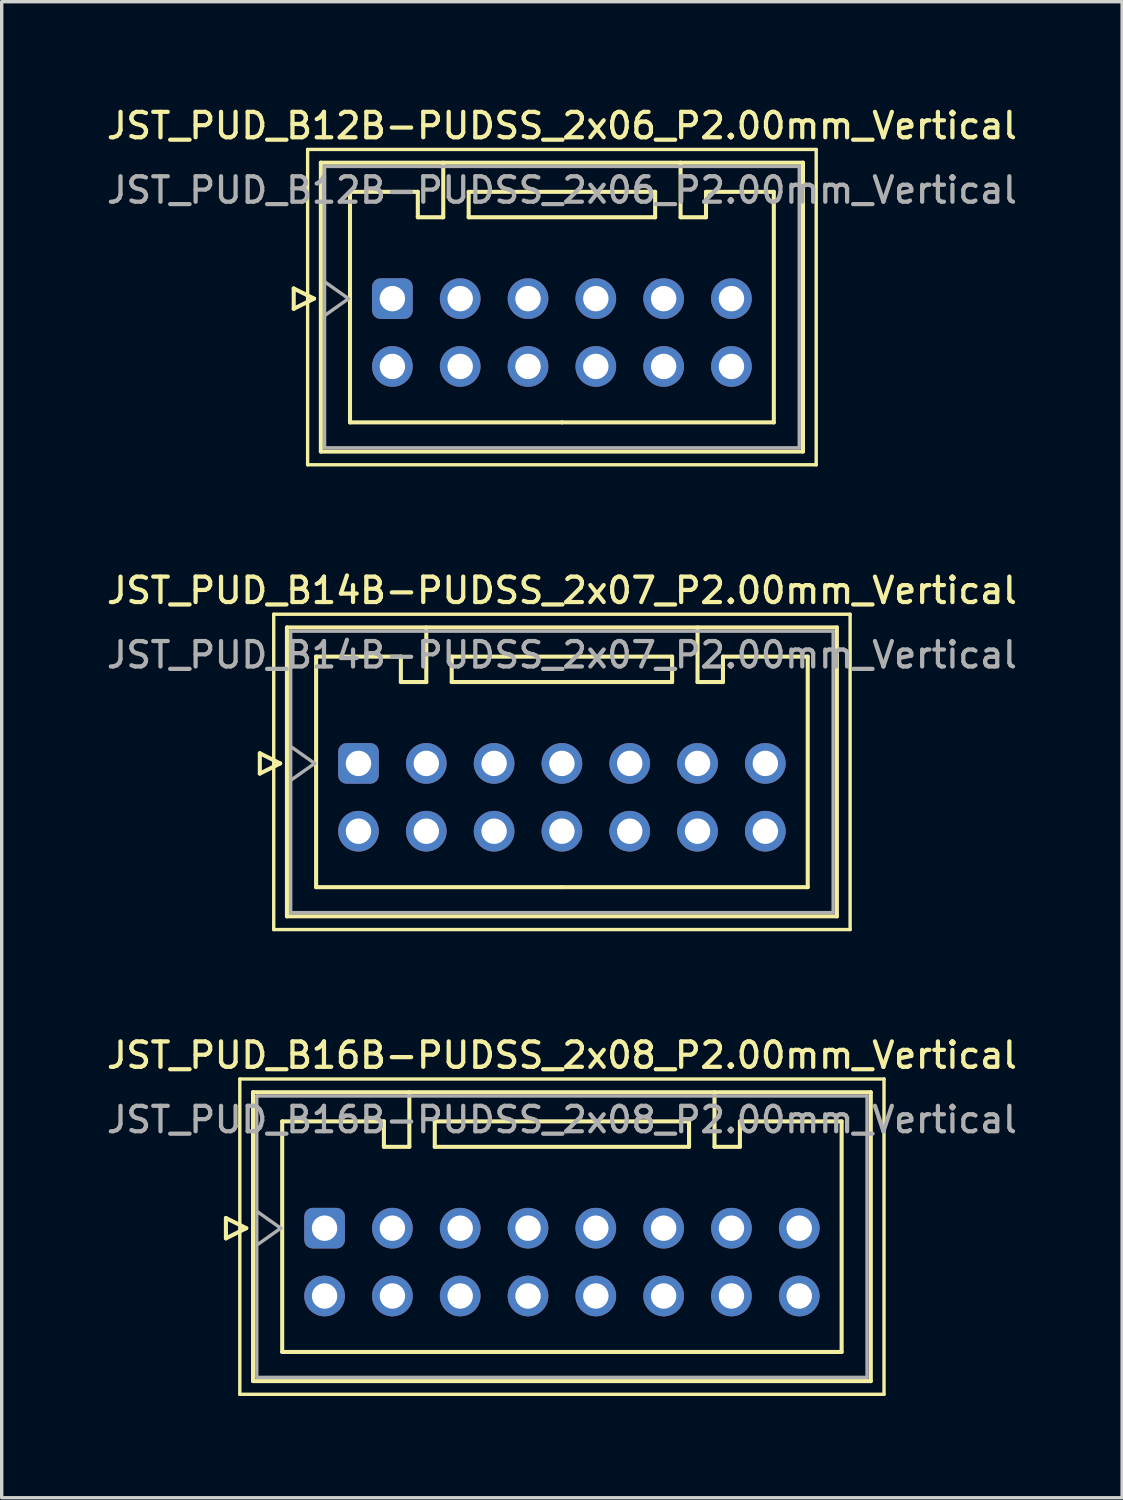
<source format=kicad_pcb>
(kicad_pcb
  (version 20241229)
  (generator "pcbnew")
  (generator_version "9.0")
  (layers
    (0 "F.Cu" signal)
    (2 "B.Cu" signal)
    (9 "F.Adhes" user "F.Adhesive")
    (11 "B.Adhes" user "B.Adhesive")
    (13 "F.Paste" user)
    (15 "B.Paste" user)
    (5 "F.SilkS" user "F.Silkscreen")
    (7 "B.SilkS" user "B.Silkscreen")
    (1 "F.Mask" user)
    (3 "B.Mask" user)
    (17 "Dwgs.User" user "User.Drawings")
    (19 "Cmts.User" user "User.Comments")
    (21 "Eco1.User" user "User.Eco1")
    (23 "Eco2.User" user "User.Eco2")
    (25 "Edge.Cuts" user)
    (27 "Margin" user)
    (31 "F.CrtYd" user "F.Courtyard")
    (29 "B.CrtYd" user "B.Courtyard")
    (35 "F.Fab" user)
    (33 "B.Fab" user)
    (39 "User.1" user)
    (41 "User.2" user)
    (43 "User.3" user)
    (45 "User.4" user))
  (footprint "JST_PUD_B14B-PUDSS_2x07_P2.00mm_Vertical"
    (layer "F.Cu")
    (at 7.523 19.466)
    (property "Reference" "JST_PUD_B14B-PUDSS_2x07_P2.00mm_Vertical" (at 6 -5.1 0) (layer "F.SilkS") (effects (font (size 0.75 0.75) (thickness 0.125))))
    (attr through_hole)
    (fp_line (start -2.91 -0.3) (end -2.31 0) (stroke (width 0.12) (type solid)) (layer "F.SilkS"))
    (fp_line (start -2.91 0.3) (end -2.91 -0.3) (stroke (width 0.12) (type solid)) (layer "F.SilkS"))
    (fp_line (start -2.5 -4.4) (end -2.5 4.9) (stroke (width 0.1) (type solid)) (layer "F.SilkS"))
    (fp_line (start -2.5 4.9) (end 14.5 4.9) (stroke (width 0.1) (type solid)) (layer "F.SilkS"))
    (fp_line (start -2.31 0) (end -2.91 0.3) (stroke (width 0.12) (type solid)) (layer "F.SilkS"))
    (fp_line (start -2.11 -4.01) (end -2.11 4.51) (stroke (width 0.12) (type solid)) (layer "F.SilkS"))
    (fp_line (start -2.11 4.51) (end 14.11 4.51) (stroke (width 0.12) (type solid)) (layer "F.SilkS"))
    (fp_line (start -1.25 -3.15) (end -1.25 3.65) (stroke (width 0.12) (type solid)) (layer "F.SilkS"))
    (fp_line (start -1.25 3.65) (end 6 3.65) (stroke (width 0.12) (type solid)) (layer "F.SilkS"))
    (fp_line (start 1.25 -3.15) (end -1.25 -3.15) (stroke (width 0.12) (type solid)) (layer "F.SilkS"))
    (fp_line (start 1.25 -2.4) (end 1.25 -3.15) (stroke (width 0.12) (type solid)) (layer "F.SilkS"))
    (fp_line (start 2 -4.01) (end 2 -2.4) (stroke (width 0.12) (type solid)) (layer "F.SilkS"))
    (fp_line (start 2 -2.4) (end 1.25 -2.4) (stroke (width 0.12) (type solid)) (layer "F.SilkS"))
    (fp_line (start 2.75 -3.15) (end 2.75 -2.4) (stroke (width 0.12) (type solid)) (layer "F.SilkS"))
    (fp_line (start 2.75 -2.4) (end 9.25 -2.4) (stroke (width 0.12) (type solid)) (layer "F.SilkS"))
    (fp_line (start 9.25 -3.15) (end 2.75 -3.15) (stroke (width 0.12) (type solid)) (layer "F.SilkS"))
    (fp_line (start 9.25 -2.4) (end 9.25 -3.15) (stroke (width 0.12) (type solid)) (layer "F.SilkS"))
    (fp_line (start 10 -4.01) (end 10 -2.4) (stroke (width 0.12) (type solid)) (layer "F.SilkS"))
    (fp_line (start 10 -2.4) (end 10.75 -2.4) (stroke (width 0.12) (type solid)) (layer "F.SilkS"))
    (fp_line (start 10.75 -3.15) (end 13.25 -3.15) (stroke (width 0.12) (type solid)) (layer "F.SilkS"))
    (fp_line (start 10.75 -2.4) (end 10.75 -3.15) (stroke (width 0.12) (type solid)) (layer "F.SilkS"))
    (fp_line (start 13.25 -3.15) (end 13.25 3.65) (stroke (width 0.12) (type solid)) (layer "F.SilkS"))
    (fp_line (start 13.25 3.65) (end 6 3.65) (stroke (width 0.12) (type solid)) (layer "F.SilkS"))
    (fp_line (start 14.11 -4.01) (end -2.11 -4.01) (stroke (width 0.12) (type solid)) (layer "F.SilkS"))
    (fp_line (start 14.11 4.51) (end 14.11 -4.01) (stroke (width 0.12) (type solid)) (layer "F.SilkS"))
    (fp_line (start 14.5 -4.4) (end -2.5 -4.4) (stroke (width 0.1) (type solid)) (layer "F.SilkS"))
    (fp_line (start 14.5 4.9) (end 14.5 -4.4) (stroke (width 0.1) (type solid)) (layer "F.SilkS"))
    (fp_line (start -2 -3.9) (end -2 4.4) (stroke (width 0.1) (type solid)) (layer "F.Fab"))
    (fp_line (start -2 0.5) (end -1.293 0) (stroke (width 0.1) (type solid)) (layer "F.Fab"))
    (fp_line (start -2 4.4) (end 14 4.4) (stroke (width 0.1) (type solid)) (layer "F.Fab"))
    (fp_line (start -1.293 0) (end -2 -0.5) (stroke (width 0.1) (type solid)) (layer "F.Fab"))
    (fp_line (start 14 -3.9) (end -2 -3.9) (stroke (width 0.1) (type solid)) (layer "F.Fab"))
    (fp_line (start 14 4.4) (end 14 -3.9) (stroke (width 0.1) (type solid)) (layer "F.Fab"))
    (fp_text user "${REFERENCE}" (at 6 -3.2 0) (layer "F.Fab") (effects (font (size 0.75 0.75) (thickness 0.125))))
    (pad "1" thru_hole roundrect (at 0 0) (size 1.2 1.2) (drill 0.75) (layers "*.Cu" "*.Mask") (roundrect_rratio 0.208))
    (pad "2" thru_hole circle (at 0 2) (size 1.2 1.2) (drill 0.75) (layers "*.Cu" "*.Mask"))
    (pad "3" thru_hole circle (at 2 0) (size 1.2 1.2) (drill 0.75) (layers "*.Cu" "*.Mask"))
    (pad "4" thru_hole circle (at 2 2) (size 1.2 1.2) (drill 0.75) (layers "*.Cu" "*.Mask"))
    (pad "5" thru_hole circle (at 4 0) (size 1.2 1.2) (drill 0.75) (layers "*.Cu" "*.Mask"))
    (pad "6" thru_hole circle (at 4 2) (size 1.2 1.2) (drill 0.75) (layers "*.Cu" "*.Mask"))
    (pad "7" thru_hole circle (at 6 0) (size 1.2 1.2) (drill 0.75) (layers "*.Cu" "*.Mask"))
    (pad "8" thru_hole circle (at 6 2) (size 1.2 1.2) (drill 0.75) (layers "*.Cu" "*.Mask"))
    (pad "9" thru_hole circle (at 8 0) (size 1.2 1.2) (drill 0.75) (layers "*.Cu" "*.Mask"))
    (pad "10" thru_hole circle (at 8 2) (size 1.2 1.2) (drill 0.75) (layers "*.Cu" "*.Mask"))
    (pad "11" thru_hole circle (at 10 0) (size 1.2 1.2) (drill 0.75) (layers "*.Cu" "*.Mask"))
    (pad "12" thru_hole circle (at 10 2) (size 1.2 1.2) (drill 0.75) (layers "*.Cu" "*.Mask"))
    (pad "13" thru_hole circle (at 12 0) (size 1.2 1.2) (drill 0.75) (layers "*.Cu" "*.Mask"))
    (pad "14" thru_hole circle (at 12 2) (size 1.2 1.2) (drill 0.75) (layers "*.Cu" "*.Mask")))
  (footprint "JST_PUD_B12B-PUDSS_2x06_P2.00mm_Vertical"
    (layer "F.Cu")
    (at 8.523 5.758)
    (property "Reference" "JST_PUD_B12B-PUDSS_2x06_P2.00mm_Vertical" (at 5 -5.1 0) (layer "F.SilkS") (effects (font (size 0.75 0.75) (thickness 0.125))))
    (attr through_hole)
    (fp_line (start -2.91 -0.3) (end -2.31 0) (stroke (width 0.12) (type solid)) (layer "F.SilkS"))
    (fp_line (start -2.91 0.3) (end -2.91 -0.3) (stroke (width 0.12) (type solid)) (layer "F.SilkS"))
    (fp_line (start -2.5 -4.4) (end -2.5 4.9) (stroke (width 0.1) (type solid)) (layer "F.SilkS"))
    (fp_line (start -2.5 4.9) (end 12.5 4.9) (stroke (width 0.1) (type solid)) (layer "F.SilkS"))
    (fp_line (start -2.31 0) (end -2.91 0.3) (stroke (width 0.12) (type solid)) (layer "F.SilkS"))
    (fp_line (start -2.11 -4.01) (end -2.11 4.51) (stroke (width 0.12) (type solid)) (layer "F.SilkS"))
    (fp_line (start -2.11 4.51) (end 12.11 4.51) (stroke (width 0.12) (type solid)) (layer "F.SilkS"))
    (fp_line (start -1.25 -3.15) (end -1.25 3.65) (stroke (width 0.12) (type solid)) (layer "F.SilkS"))
    (fp_line (start -1.25 3.65) (end 5 3.65) (stroke (width 0.12) (type solid)) (layer "F.SilkS"))
    (fp_line (start 0.75 -3.15) (end -1.25 -3.15) (stroke (width 0.12) (type solid)) (layer "F.SilkS"))
    (fp_line (start 0.75 -2.4) (end 0.75 -3.15) (stroke (width 0.12) (type solid)) (layer "F.SilkS"))
    (fp_line (start 1.5 -4.01) (end 1.5 -2.4) (stroke (width 0.12) (type solid)) (layer "F.SilkS"))
    (fp_line (start 1.5 -2.4) (end 0.75 -2.4) (stroke (width 0.12) (type solid)) (layer "F.SilkS"))
    (fp_line (start 2.25 -3.15) (end 2.25 -2.4) (stroke (width 0.12) (type solid)) (layer "F.SilkS"))
    (fp_line (start 2.25 -2.4) (end 7.75 -2.4) (stroke (width 0.12) (type solid)) (layer "F.SilkS"))
    (fp_line (start 7.75 -3.15) (end 2.25 -3.15) (stroke (width 0.12) (type solid)) (layer "F.SilkS"))
    (fp_line (start 7.75 -2.4) (end 7.75 -3.15) (stroke (width 0.12) (type solid)) (layer "F.SilkS"))
    (fp_line (start 8.5 -4.01) (end 8.5 -2.4) (stroke (width 0.12) (type solid)) (layer "F.SilkS"))
    (fp_line (start 8.5 -2.4) (end 9.25 -2.4) (stroke (width 0.12) (type solid)) (layer "F.SilkS"))
    (fp_line (start 9.25 -3.15) (end 11.25 -3.15) (stroke (width 0.12) (type solid)) (layer "F.SilkS"))
    (fp_line (start 9.25 -2.4) (end 9.25 -3.15) (stroke (width 0.12) (type solid)) (layer "F.SilkS"))
    (fp_line (start 11.25 -3.15) (end 11.25 3.65) (stroke (width 0.12) (type solid)) (layer "F.SilkS"))
    (fp_line (start 11.25 3.65) (end 5 3.65) (stroke (width 0.12) (type solid)) (layer "F.SilkS"))
    (fp_line (start 12.11 -4.01) (end -2.11 -4.01) (stroke (width 0.12) (type solid)) (layer "F.SilkS"))
    (fp_line (start 12.11 4.51) (end 12.11 -4.01) (stroke (width 0.12) (type solid)) (layer "F.SilkS"))
    (fp_line (start 12.5 -4.4) (end -2.5 -4.4) (stroke (width 0.1) (type solid)) (layer "F.SilkS"))
    (fp_line (start 12.5 4.9) (end 12.5 -4.4) (stroke (width 0.1) (type solid)) (layer "F.SilkS"))
    (fp_line (start -2 -3.9) (end -2 4.4) (stroke (width 0.1) (type solid)) (layer "F.Fab"))
    (fp_line (start -2 0.5) (end -1.293 0) (stroke (width 0.1) (type solid)) (layer "F.Fab"))
    (fp_line (start -2 4.4) (end 12 4.4) (stroke (width 0.1) (type solid)) (layer "F.Fab"))
    (fp_line (start -1.293 0) (end -2 -0.5) (stroke (width 0.1) (type solid)) (layer "F.Fab"))
    (fp_line (start 12 -3.9) (end -2 -3.9) (stroke (width 0.1) (type solid)) (layer "F.Fab"))
    (fp_line (start 12 4.4) (end 12 -3.9) (stroke (width 0.1) (type solid)) (layer "F.Fab"))
    (fp_text user "${REFERENCE}" (at 5 -3.2 0) (layer "F.Fab") (effects (font (size 0.75 0.75) (thickness 0.125))))
    (pad "1" thru_hole roundrect (at 0 0) (size 1.2 1.2) (drill 0.75) (layers "*.Cu" "*.Mask") (roundrect_rratio 0.208))
    (pad "2" thru_hole circle (at 0 2) (size 1.2 1.2) (drill 0.75) (layers "*.Cu" "*.Mask"))
    (pad "3" thru_hole circle (at 2 0) (size 1.2 1.2) (drill 0.75) (layers "*.Cu" "*.Mask"))
    (pad "4" thru_hole circle (at 2 2) (size 1.2 1.2) (drill 0.75) (layers "*.Cu" "*.Mask"))
    (pad "5" thru_hole circle (at 4 0) (size 1.2 1.2) (drill 0.75) (layers "*.Cu" "*.Mask"))
    (pad "6" thru_hole circle (at 4 2) (size 1.2 1.2) (drill 0.75) (layers "*.Cu" "*.Mask"))
    (pad "7" thru_hole circle (at 6 0) (size 1.2 1.2) (drill 0.75) (layers "*.Cu" "*.Mask"))
    (pad "8" thru_hole circle (at 6 2) (size 1.2 1.2) (drill 0.75) (layers "*.Cu" "*.Mask"))
    (pad "9" thru_hole circle (at 8 0) (size 1.2 1.2) (drill 0.75) (layers "*.Cu" "*.Mask"))
    (pad "10" thru_hole circle (at 8 2) (size 1.2 1.2) (drill 0.75) (layers "*.Cu" "*.Mask"))
    (pad "11" thru_hole circle (at 10 0) (size 1.2 1.2) (drill 0.75) (layers "*.Cu" "*.Mask"))
    (pad "12" thru_hole circle (at 10 2) (size 1.2 1.2) (drill 0.75) (layers "*.Cu" "*.Mask")))
  (footprint "JST_PUD_B16B-PUDSS_2x08_P2.00mm_Vertical"
    (layer "F.Cu")
    (at 6.523 33.174)
    (property "Reference" "JST_PUD_B16B-PUDSS_2x08_P2.00mm_Vertical" (at 7 -5.1 0) (layer "F.SilkS") (effects (font (size 0.75 0.75) (thickness 0.125))))
    (attr through_hole)
    (fp_line (start -2.91 -0.3) (end -2.31 0) (stroke (width 0.12) (type solid)) (layer "F.SilkS"))
    (fp_line (start -2.91 0.3) (end -2.91 -0.3) (stroke (width 0.12) (type solid)) (layer "F.SilkS"))
    (fp_line (start -2.5 -4.4) (end -2.5 4.9) (stroke (width 0.1) (type solid)) (layer "F.SilkS"))
    (fp_line (start -2.5 4.9) (end 16.5 4.9) (stroke (width 0.1) (type solid)) (layer "F.SilkS"))
    (fp_line (start -2.31 0) (end -2.91 0.3) (stroke (width 0.12) (type solid)) (layer "F.SilkS"))
    (fp_line (start -2.11 -4.01) (end -2.11 4.51) (stroke (width 0.12) (type solid)) (layer "F.SilkS"))
    (fp_line (start -2.11 4.51) (end 16.11 4.51) (stroke (width 0.12) (type solid)) (layer "F.SilkS"))
    (fp_line (start -1.25 -3.15) (end -1.25 3.65) (stroke (width 0.12) (type solid)) (layer "F.SilkS"))
    (fp_line (start -1.25 3.65) (end 7 3.65) (stroke (width 0.12) (type solid)) (layer "F.SilkS"))
    (fp_line (start 1.75 -3.15) (end -1.25 -3.15) (stroke (width 0.12) (type solid)) (layer "F.SilkS"))
    (fp_line (start 1.75 -2.4) (end 1.75 -3.15) (stroke (width 0.12) (type solid)) (layer "F.SilkS"))
    (fp_line (start 2.5 -4.01) (end 2.5 -2.4) (stroke (width 0.12) (type solid)) (layer "F.SilkS"))
    (fp_line (start 2.5 -2.4) (end 1.75 -2.4) (stroke (width 0.12) (type solid)) (layer "F.SilkS"))
    (fp_line (start 3.25 -3.15) (end 3.25 -2.4) (stroke (width 0.12) (type solid)) (layer "F.SilkS"))
    (fp_line (start 3.25 -2.4) (end 10.75 -2.4) (stroke (width 0.12) (type solid)) (layer "F.SilkS"))
    (fp_line (start 10.75 -3.15) (end 3.25 -3.15) (stroke (width 0.12) (type solid)) (layer "F.SilkS"))
    (fp_line (start 10.75 -2.4) (end 10.75 -3.15) (stroke (width 0.12) (type solid)) (layer "F.SilkS"))
    (fp_line (start 11.5 -4.01) (end 11.5 -2.4) (stroke (width 0.12) (type solid)) (layer "F.SilkS"))
    (fp_line (start 11.5 -2.4) (end 12.25 -2.4) (stroke (width 0.12) (type solid)) (layer "F.SilkS"))
    (fp_line (start 12.25 -3.15) (end 15.25 -3.15) (stroke (width 0.12) (type solid)) (layer "F.SilkS"))
    (fp_line (start 12.25 -2.4) (end 12.25 -3.15) (stroke (width 0.12) (type solid)) (layer "F.SilkS"))
    (fp_line (start 15.25 -3.15) (end 15.25 3.65) (stroke (width 0.12) (type solid)) (layer "F.SilkS"))
    (fp_line (start 15.25 3.65) (end 7 3.65) (stroke (width 0.12) (type solid)) (layer "F.SilkS"))
    (fp_line (start 16.11 -4.01) (end -2.11 -4.01) (stroke (width 0.12) (type solid)) (layer "F.SilkS"))
    (fp_line (start 16.11 4.51) (end 16.11 -4.01) (stroke (width 0.12) (type solid)) (layer "F.SilkS"))
    (fp_line (start 16.5 -4.4) (end -2.5 -4.4) (stroke (width 0.1) (type solid)) (layer "F.SilkS"))
    (fp_line (start 16.5 4.9) (end 16.5 -4.4) (stroke (width 0.1) (type solid)) (layer "F.SilkS"))
    (fp_line (start -2 -3.9) (end -2 4.4) (stroke (width 0.1) (type solid)) (layer "F.Fab"))
    (fp_line (start -2 0.5) (end -1.293 0) (stroke (width 0.1) (type solid)) (layer "F.Fab"))
    (fp_line (start -2 4.4) (end 16 4.4) (stroke (width 0.1) (type solid)) (layer "F.Fab"))
    (fp_line (start -1.293 0) (end -2 -0.5) (stroke (width 0.1) (type solid)) (layer "F.Fab"))
    (fp_line (start 16 -3.9) (end -2 -3.9) (stroke (width 0.1) (type solid)) (layer "F.Fab"))
    (fp_line (start 16 4.4) (end 16 -3.9) (stroke (width 0.1) (type solid)) (layer "F.Fab"))
    (fp_text user "${REFERENCE}" (at 7 -3.2 0) (layer "F.Fab") (effects (font (size 0.75 0.75) (thickness 0.125))))
    (pad "1" thru_hole roundrect (at 0 0) (size 1.2 1.2) (drill 0.75) (layers "*.Cu" "*.Mask") (roundrect_rratio 0.208))
    (pad "2" thru_hole circle (at 0 2) (size 1.2 1.2) (drill 0.75) (layers "*.Cu" "*.Mask"))
    (pad "3" thru_hole circle (at 2 0) (size 1.2 1.2) (drill 0.75) (layers "*.Cu" "*.Mask"))
    (pad "4" thru_hole circle (at 2 2) (size 1.2 1.2) (drill 0.75) (layers "*.Cu" "*.Mask"))
    (pad "5" thru_hole circle (at 4 0) (size 1.2 1.2) (drill 0.75) (layers "*.Cu" "*.Mask"))
    (pad "6" thru_hole circle (at 4 2) (size 1.2 1.2) (drill 0.75) (layers "*.Cu" "*.Mask"))
    (pad "7" thru_hole circle (at 6 0) (size 1.2 1.2) (drill 0.75) (layers "*.Cu" "*.Mask"))
    (pad "8" thru_hole circle (at 6 2) (size 1.2 1.2) (drill 0.75) (layers "*.Cu" "*.Mask"))
    (pad "9" thru_hole circle (at 8 0) (size 1.2 1.2) (drill 0.75) (layers "*.Cu" "*.Mask"))
    (pad "10" thru_hole circle (at 8 2) (size 1.2 1.2) (drill 0.75) (layers "*.Cu" "*.Mask"))
    (pad "11" thru_hole circle (at 10 0) (size 1.2 1.2) (drill 0.75) (layers "*.Cu" "*.Mask"))
    (pad "12" thru_hole circle (at 10 2) (size 1.2 1.2) (drill 0.75) (layers "*.Cu" "*.Mask"))
    (pad "13" thru_hole circle (at 12 0) (size 1.2 1.2) (drill 0.75) (layers "*.Cu" "*.Mask"))
    (pad "14" thru_hole circle (at 12 2) (size 1.2 1.2) (drill 0.75) (layers "*.Cu" "*.Mask"))
    (pad "15" thru_hole circle (at 14 0) (size 1.2 1.2) (drill 0.75) (layers "*.Cu" "*.Mask"))
    (pad "16" thru_hole circle (at 14 2) (size 1.2 1.2) (drill 0.75) (layers "*.Cu" "*.Mask")))
  (gr_rect
    (start -3 -3)
    (end 30.046 41.124)
    (stroke (width 0.1) (type default))
    (fill no)
    (layer "Edge.Cuts")))
</source>
